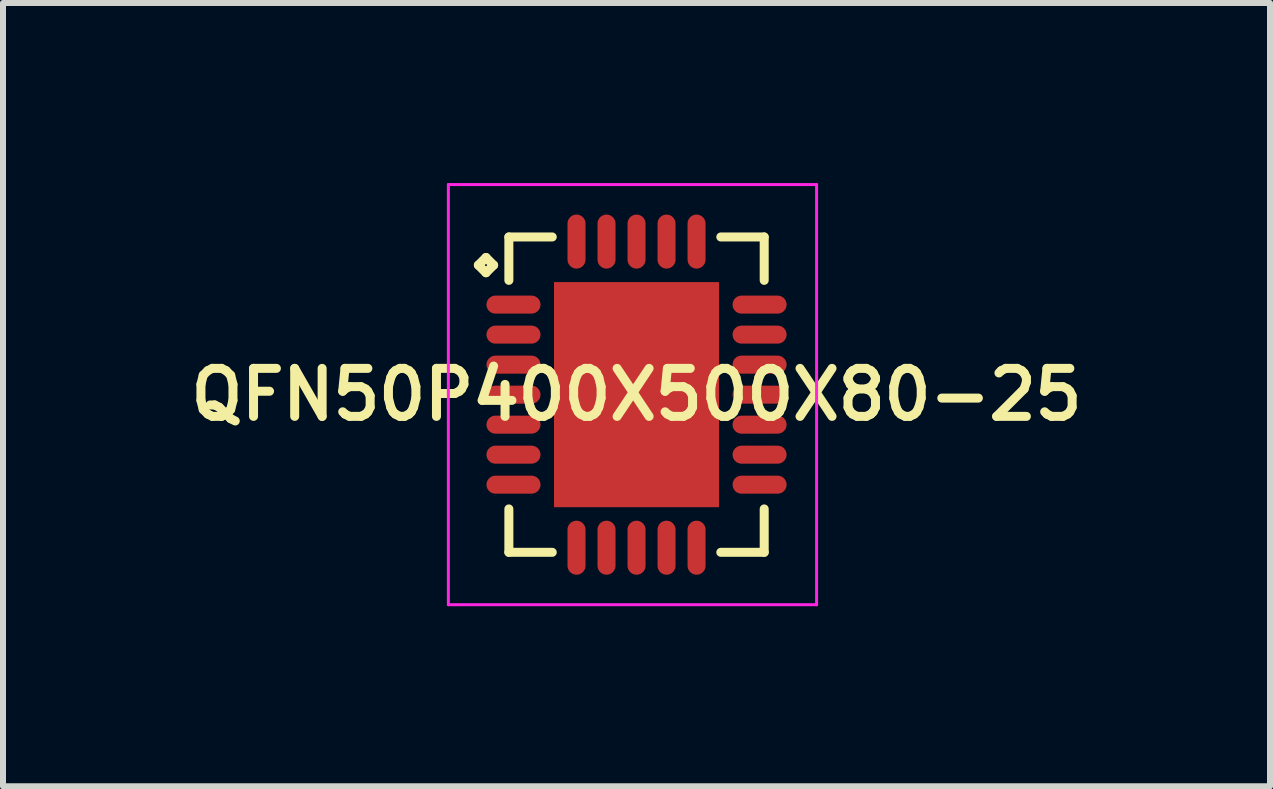
<source format=kicad_pcb>
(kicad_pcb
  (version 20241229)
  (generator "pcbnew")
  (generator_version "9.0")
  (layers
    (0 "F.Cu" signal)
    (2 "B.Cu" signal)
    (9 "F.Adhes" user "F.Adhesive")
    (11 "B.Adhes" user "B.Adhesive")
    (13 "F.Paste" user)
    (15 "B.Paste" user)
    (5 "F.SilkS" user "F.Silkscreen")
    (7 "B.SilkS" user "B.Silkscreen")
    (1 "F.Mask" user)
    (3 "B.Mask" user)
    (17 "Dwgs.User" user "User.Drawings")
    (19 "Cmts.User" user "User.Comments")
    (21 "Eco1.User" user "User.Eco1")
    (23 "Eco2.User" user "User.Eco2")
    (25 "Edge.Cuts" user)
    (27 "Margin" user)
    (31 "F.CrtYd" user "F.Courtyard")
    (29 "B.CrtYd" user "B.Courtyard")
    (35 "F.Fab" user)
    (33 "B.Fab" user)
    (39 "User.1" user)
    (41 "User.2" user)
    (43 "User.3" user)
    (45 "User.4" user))
  (footprint "QFN50P400X500X80-25"
    (layer "F.Cu")
    (at 7.555 3.525)
    (property "Reference" "QFN50P400X500X80-25" (at 0 0 0) (layer "F.SilkS") (effects (font (size 0.8 0.8) (thickness 0.15))))
    (attr smd)
    (fp_line (start -2.635 -2.158) (end -2.508 -2.285) (stroke (width 0.15) (type solid)) (layer "F.SilkS"))
    (fp_line (start -2.508 -2.285) (end -2.381 -2.158) (stroke (width 0.15) (type solid)) (layer "F.SilkS"))
    (fp_line (start -2.508 -2.031) (end -2.635 -2.158) (stroke (width 0.15) (type solid)) (layer "F.SilkS"))
    (fp_line (start -2.381 -2.158) (end -2.508 -2.031) (stroke (width 0.15) (type solid)) (layer "F.SilkS"))
    (fp_line (start -2.127 -2.627) (end -1.404 -2.627) (stroke (width 0.15) (type solid)) (layer "F.SilkS"))
    (fp_line (start -2.127 -1.904) (end -2.127 -2.627) (stroke (width 0.15) (type solid)) (layer "F.SilkS"))
    (fp_line (start -2.127 1.904) (end -2.127 2.627) (stroke (width 0.15) (type solid)) (layer "F.SilkS"))
    (fp_line (start -2.127 2.627) (end -1.404 2.627) (stroke (width 0.15) (type solid)) (layer "F.SilkS"))
    (fp_line (start 1.404 -2.627) (end 2.127 -2.627) (stroke (width 0.15) (type solid)) (layer "F.SilkS"))
    (fp_line (start 1.404 2.627) (end 2.127 2.627) (stroke (width 0.15) (type solid)) (layer "F.SilkS"))
    (fp_line (start 2.127 -2.627) (end 2.127 -1.904) (stroke (width 0.15) (type solid)) (layer "F.SilkS"))
    (fp_line (start 2.127 2.627) (end 2.127 1.904) (stroke (width 0.15) (type solid)) (layer "F.SilkS"))
    (fp_line (start -3.135 -3.5) (end 3 -3.5) (stroke (width 0.05) (type solid)) (layer "F.CrtYd"))
    (fp_line (start -3.135 3.5) (end -3.135 -3.5) (stroke (width 0.05) (type solid)) (layer "F.CrtYd"))
    (fp_line (start 3 -3.5) (end 3 3.5) (stroke (width 0.05) (type solid)) (layer "F.CrtYd"))
    (fp_line (start 3 3.5) (end -3.135 3.5) (stroke (width 0.05) (type solid)) (layer "F.CrtYd"))
    (pad "1" smd oval (at -2.05 -1.5) (size 0.9 0.3) (layers "F.Cu" "F.Mask" "F.Paste"))
    (pad "2" smd oval (at -2.05 -1) (size 0.9 0.3) (layers "F.Cu" "F.Mask" "F.Paste"))
    (pad "3" smd oval (at -2.05 -0.5) (size 0.9 0.3) (layers "F.Cu" "F.Mask" "F.Paste"))
    (pad "4" smd oval (at -2.05 0) (size 0.9 0.3) (layers "F.Cu" "F.Mask" "F.Paste"))
    (pad "5" smd oval (at -2.05 0.5) (size 0.9 0.3) (layers "F.Cu" "F.Mask" "F.Paste"))
    (pad "6" smd oval (at -2.05 1) (size 0.9 0.3) (layers "F.Cu" "F.Mask" "F.Paste"))
    (pad "7" smd oval (at -2.05 1.5) (size 0.9 0.3) (layers "F.Cu" "F.Mask" "F.Paste"))
    (pad "8" smd oval (at -1 2.55) (size 0.3 0.9) (layers "F.Cu" "F.Mask" "F.Paste"))
    (pad "9" smd oval (at -0.5 2.55) (size 0.3 0.9) (layers "F.Cu" "F.Mask" "F.Paste"))
    (pad "10" smd oval (at 0 2.55) (size 0.3 0.9) (layers "F.Cu" "F.Mask" "F.Paste"))
    (pad "11" smd oval (at 0.5 2.55) (size 0.3 0.9) (layers "F.Cu" "F.Mask" "F.Paste"))
    (pad "12" smd oval (at 1 2.55) (size 0.3 0.9) (layers "F.Cu" "F.Mask" "F.Paste"))
    (pad "13" smd oval (at 2.05 1.5) (size 0.9 0.3) (layers "F.Cu" "F.Mask" "F.Paste"))
    (pad "14" smd oval (at 2.05 1) (size 0.9 0.3) (layers "F.Cu" "F.Mask" "F.Paste"))
    (pad "15" smd oval (at 2.05 0.5) (size 0.9 0.3) (layers "F.Cu" "F.Mask" "F.Paste"))
    (pad "16" smd oval (at 2.05 0) (size 0.9 0.3) (layers "F.Cu" "F.Mask" "F.Paste"))
    (pad "17" smd oval (at 2.05 -0.5) (size 0.9 0.3) (layers "F.Cu" "F.Mask" "F.Paste"))
    (pad "18" smd oval (at 2.05 -1) (size 0.9 0.3) (layers "F.Cu" "F.Mask" "F.Paste"))
    (pad "19" smd oval (at 2.05 -1.5) (size 0.9 0.3) (layers "F.Cu" "F.Mask" "F.Paste"))
    (pad "20" smd oval (at 1 -2.55) (size 0.3 0.9) (layers "F.Cu" "F.Mask" "F.Paste"))
    (pad "21" smd oval (at 0.5 -2.55) (size 0.3 0.9) (layers "F.Cu" "F.Mask" "F.Paste"))
    (pad "22" smd oval (at 0 -2.55) (size 0.3 0.9) (layers "F.Cu" "F.Mask" "F.Paste"))
    (pad "23" smd oval (at -0.5 -2.55) (size 0.3 0.9) (layers "F.Cu" "F.Mask" "F.Paste"))
    (pad "24" smd oval (at -1 -2.55) (size 0.3 0.9) (layers "F.Cu" "F.Mask" "F.Paste"))
    (pad "25" smd rect (at 0 0) (size 2.75 3.75) (layers "F.Cu" "F.Mask" "F.Paste")))
  (gr_rect
    (start -3 -3)
    (end 18.109 10.05)
    (stroke (width 0.1) (type default))
    (fill no)
    (layer "Edge.Cuts")))
</source>
